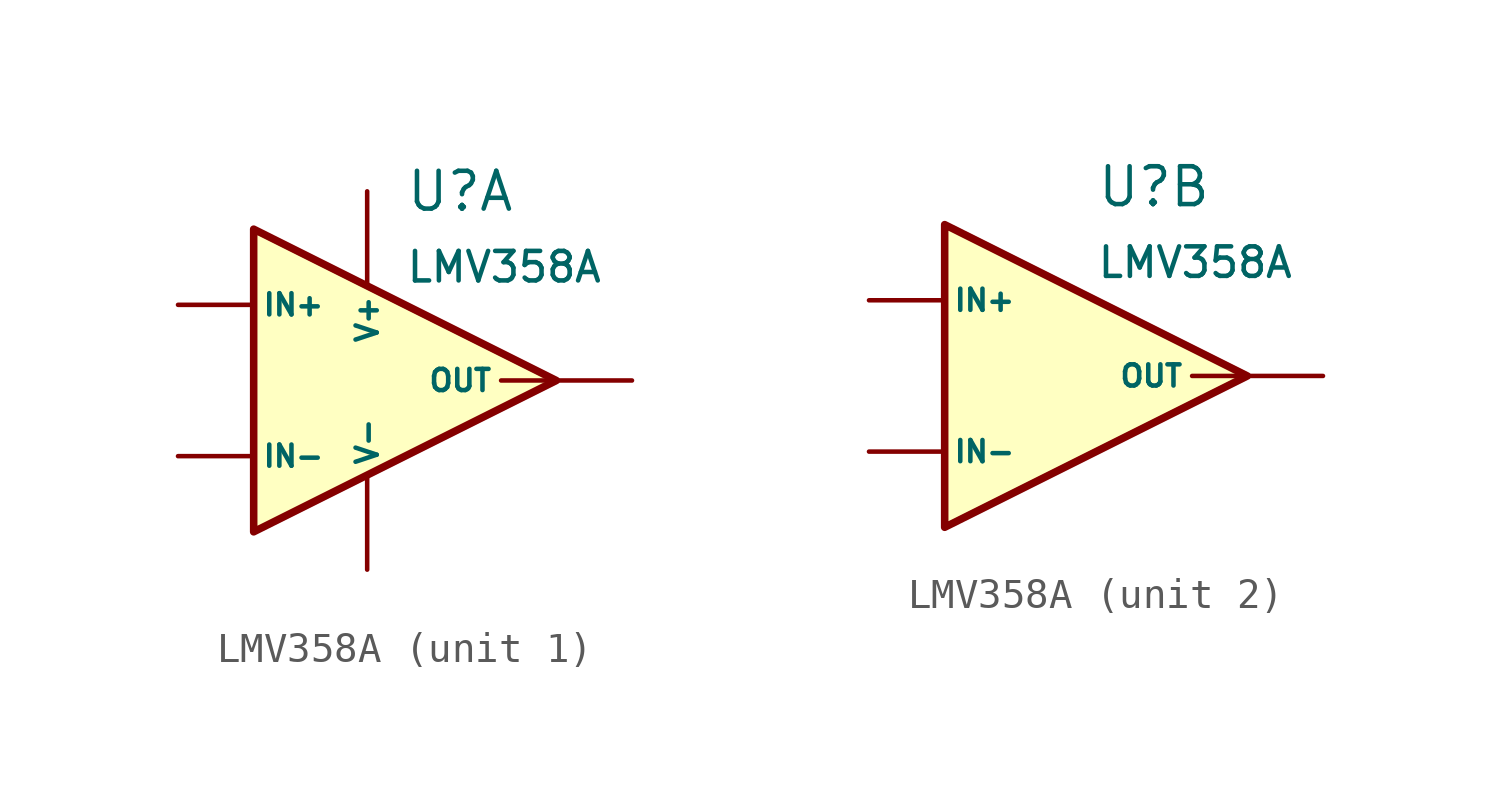
<source format=kicad_sym>
(kicad_symbol_lib
  (version 20211014)
  (generator kicad_symbol_editor)
  (symbol "LMV358A"
    (pin_numbers hide)
    (pin_names
      (offset 0.254))
    (property "Reference" "U"
      (at 1.27 6.35 0)
      (effects (font (size 1.27 1.27)) (justify left)))
    (property "Value" "LMV358A"
      (at 1.27 3.81 0)
      (effects (font (size 0.991 0.991)) (justify left)))
    (property "ki_locked" ""
      (at 0 0 0)
      (effects (font (size 1.27 1.27))))
    (symbol "LMV358A_1_1"
      (polyline (pts (xy 6.35 0) (xy -3.81 5.08) (xy -3.81 -5.08) (xy 6.35 0)) (stroke (width 0.254) (type default) (color 0 0 0 0)) (fill (type background)))
      (pin passive line (at 8.89 0 180) (length 4.394) (name "OUT" (effects (font (size 0.711 0.711)))) (number "1" (effects (font (size 1.27 1.27)))))
      (pin passive line (at -6.35 -2.54 0) (length 2.54) (name "IN-" (effects (font (size 0.711 0.711)))) (number "2" (effects (font (size 1.27 1.27)))))
      (pin passive line (at -6.35 2.54 0) (length 2.54) (name "IN+" (effects (font (size 0.711 0.711)))) (number "3" (effects (font (size 1.27 1.27)))))
      (pin passive line (at 0 -6.35 90) (length 3.2) (name "V-" (effects (font (size 0.711 0.711)))) (number "4" (effects (font (size 1.27 1.27)))))
      (pin passive line (at 0 6.35 270) (length 3.2) (name "V+" (effects (font (size 0.711 0.711)))) (number "8" (effects (font (size 1.27 1.27))))))
    (symbol "LMV358A_2_1"
      (polyline (pts (xy 6.35 0) (xy -3.81 5.08) (xy -3.81 -5.08) (xy 6.35 0)) (stroke (width 0.254) (type default) (color 0 0 0 0)) (fill (type background)))
      (pin passive line (at -6.35 2.54 0) (length 2.54) (name "IN+" (effects (font (size 0.711 0.711)))) (number "5" (effects (font (size 1.27 1.27)))))
      (pin passive line (at -6.35 -2.54 0) (length 2.54) (name "IN-" (effects (font (size 0.711 0.711)))) (number "6" (effects (font (size 1.27 1.27)))))
      (pin passive line (at 8.89 0 180) (length 4.394) (name "OUT" (effects (font (size 0.711 0.711)))) (number "7" (effects (font (size 1.27 1.27))))))))
</source>
